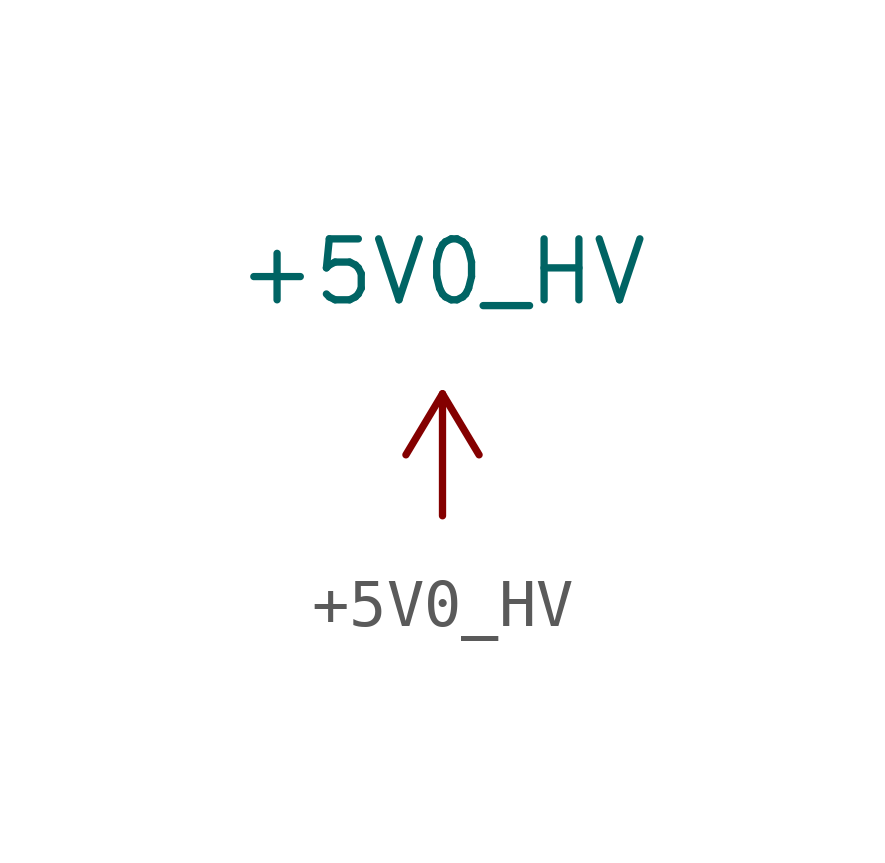
<source format=kicad_sym>
(kicad_symbol_lib
  (version 20220914)
  (generator kicad_symbol_editor)
  (symbol "+5V0_HV"
    (power)
    (pin_numbers hide)
    (pin_names
      (offset 0))
    (property "Reference" "#PWR"
      (at 1.27 0 90)
      (effects (font (size 1.27 1.27)) hide))
    (property "Value" "+5V0_HV"
      (at 0 5.08 0)
      (effects (font (size 1.27 1.27))))
    (symbol "+5V0_HV_1_1"
      (polyline (pts (xy -0.762 1.27) (xy 0 2.54)) (stroke (width 0) (type default)) (fill (type none)))
      (polyline (pts (xy 0 0) (xy 0 2.54)) (stroke (width 0) (type default)) (fill (type none)))
      (polyline (pts (xy 0 2.54) (xy 0.762 1.27)) (stroke (width 0) (type default)) (fill (type none)))
      (pin power_in line (at 0 0 90) (length 0) hide (name "+5V0_HV" (effects (font (size 1.27 1.27)))) (number "1" (effects (font (size 1.27 1.27))))))))
</source>
